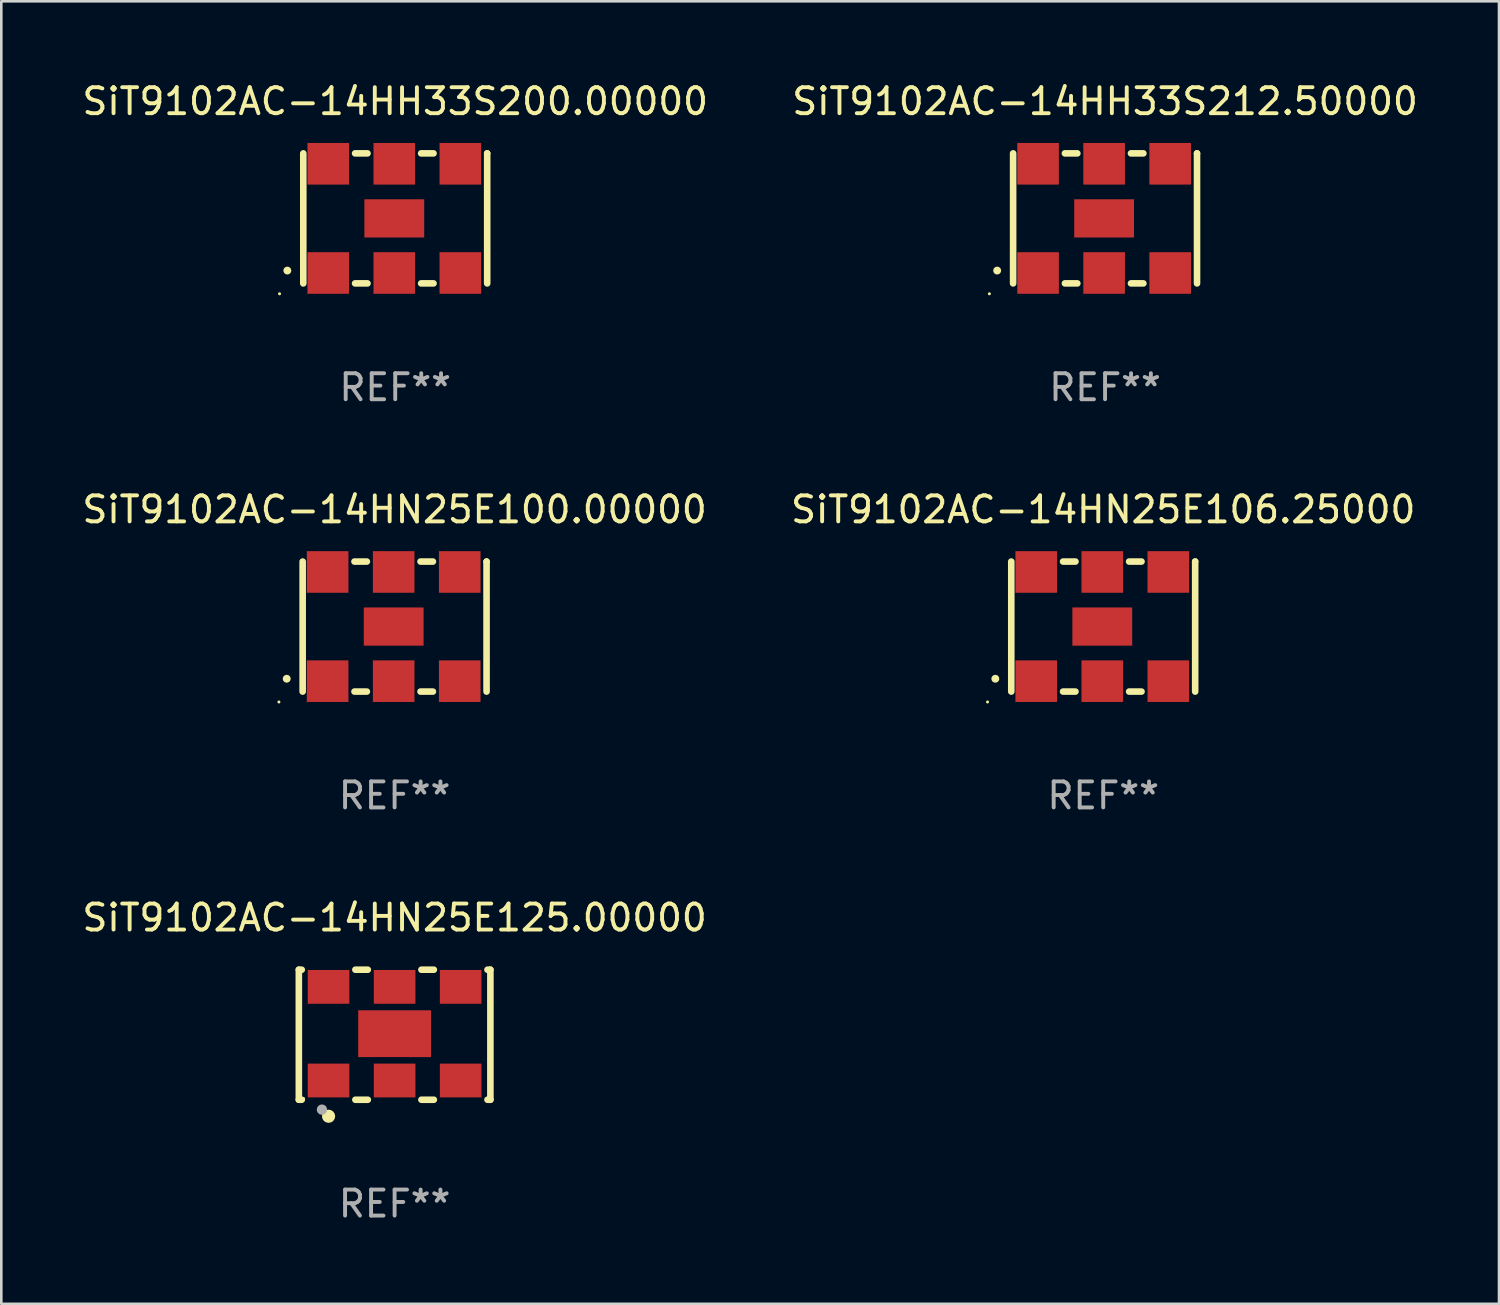
<source format=kicad_pcb>
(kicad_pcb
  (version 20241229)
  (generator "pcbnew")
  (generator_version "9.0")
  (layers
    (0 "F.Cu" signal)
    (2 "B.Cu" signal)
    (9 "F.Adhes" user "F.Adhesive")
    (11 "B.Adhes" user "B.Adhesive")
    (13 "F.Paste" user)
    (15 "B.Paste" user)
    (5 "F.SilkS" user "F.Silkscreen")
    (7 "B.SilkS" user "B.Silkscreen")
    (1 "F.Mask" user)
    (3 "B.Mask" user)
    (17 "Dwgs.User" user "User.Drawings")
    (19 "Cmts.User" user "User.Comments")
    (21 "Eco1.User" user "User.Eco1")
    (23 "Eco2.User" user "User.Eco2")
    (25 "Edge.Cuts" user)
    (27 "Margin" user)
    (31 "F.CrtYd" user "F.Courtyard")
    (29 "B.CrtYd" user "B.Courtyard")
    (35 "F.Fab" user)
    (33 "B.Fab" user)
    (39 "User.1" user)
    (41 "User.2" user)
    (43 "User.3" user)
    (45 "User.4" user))
  (footprint "SiT9102AC-14HN25E106.25000"
    (layer "F.Cu")
    (at 39.375 21.045)
    (property "Reference" "SiT9102AC-14HN25E106.25000" (at 0 -4.5 0) (layer "F.SilkS") (effects (font (size 1 1) (thickness 0.15))))
    (attr through_hole)
    (fp_line (start -3.536 -2.5) (end -3.536 2.5) (stroke (width 0.254) (type solid)) (layer "F.SilkS"))
    (fp_line (start -1.544 2.5) (end -1.067 2.5) (stroke (width 0.254) (type solid)) (layer "F.SilkS"))
    (fp_line (start -1.067 -2.5) (end -1.544 -2.5) (stroke (width 0.254) (type solid)) (layer "F.SilkS"))
    (fp_line (start 0.996 2.5) (end 1.473 2.5) (stroke (width 0.254) (type solid)) (layer "F.SilkS"))
    (fp_line (start 1.473 -2.5) (end 0.996 -2.5) (stroke (width 0.254) (type solid)) (layer "F.SilkS"))
    (fp_line (start 3.536 -2.5) (end 3.536 -2.5) (stroke (width 0.254) (type solid)) (layer "F.SilkS"))
    (fp_line (start 3.536 2.5) (end 3.536 -2.5) (stroke (width 0.254) (type solid)) (layer "F.SilkS"))
    (fp_arc (start -4.150432 2.006604) (mid -4.149162 2.006599) (end -4.147892 2.006604) (stroke (width 0.3) (type solid)) (layer "F.SilkS"))
    (fp_circle (center -4.449 2.9) (end -4.419 2.9) (stroke (width 0.06) (type solid)) (fill no) (layer "F.SilkS"))
    (fp_text user "REF**" (at 0 6.5 0) (layer "F.Fab") (effects (font (size 1 1) (thickness 0.15))))
    (pad "1" smd rect (at -2.576 2.1) (size 1.6 1.6) (layers "F.Cu" "F.Mask" "F.Paste"))
    (pad "2" smd rect (at -0.036 2.1) (size 1.6 1.6) (layers "F.Cu" "F.Mask" "F.Paste"))
    (pad "3" smd rect (at 2.504 2.1) (size 1.6 1.6) (layers "F.Cu" "F.Mask" "F.Paste"))
    (pad "4" smd rect (at 2.504 -2.1) (size 1.6 1.6) (layers "F.Cu" "F.Mask" "F.Paste"))
    (pad "5" smd rect (at -0.036 -2.1) (size 1.6 1.6) (layers "F.Cu" "F.Mask" "F.Paste"))
    (pad "6" smd rect (at -2.576 -2.1) (size 1.6 1.6) (layers "F.Cu" "F.Mask" "F.Paste"))
    (pad "7" smd rect (at -0.036 0) (size 2.3 1.47) (layers "F.Cu" "F.Mask" "F.Paste")))
  (footprint "SiT9102AC-14HN25E125.00000"
    (layer "F.Cu")
    (at 12.125 36.741)
    (property "Reference" "SiT9102AC-14HN25E125.00000" (at 0 -4.5 0) (layer "F.SilkS") (effects (font (size 1 1) (thickness 0.15))))
    (attr through_hole)
    (fp_line (start -3.683 -2.5) (end -3.571 -2.5) (stroke (width 0.254) (type solid)) (layer "F.SilkS"))
    (fp_line (start -3.683 2.5) (end -3.683 -2.5) (stroke (width 0.254) (type solid)) (layer "F.SilkS"))
    (fp_line (start -3.683 2.5) (end -3.571 2.5) (stroke (width 0.254) (type solid)) (layer "F.SilkS"))
    (fp_line (start -1.509 -2.5) (end -1.031 -2.5) (stroke (width 0.254) (type solid)) (layer "F.SilkS"))
    (fp_line (start -1.509 2.5) (end -1.031 2.5) (stroke (width 0.254) (type solid)) (layer "F.SilkS"))
    (fp_line (start 1.031 -2.5) (end 1.509 -2.5) (stroke (width 0.254) (type solid)) (layer "F.SilkS"))
    (fp_line (start 1.031 2.5) (end 1.509 2.5) (stroke (width 0.254) (type solid)) (layer "F.SilkS"))
    (fp_line (start 3.571 -2.5) (end 3.683 -2.5) (stroke (width 0.254) (type solid)) (layer "F.SilkS"))
    (fp_line (start 3.571 2.5) (end 3.683 2.5) (stroke (width 0.254) (type solid)) (layer "F.SilkS"))
    (fp_line (start 3.683 2.5) (end 3.683 -2.5) (stroke (width 0.254) (type solid)) (layer "F.SilkS"))
    (fp_circle (center -3.5 2.46) (end -3.47 2.46) (stroke (width 0.06) (type solid)) (fill no) (layer "F.SilkS"))
    (fp_circle (center -2.54 3.135) (end -2.413 3.135) (stroke (width 0.254) (type solid)) (fill no) (layer "F.SilkS"))
    (fp_circle (center -2.794 2.881) (end -2.694 2.881) (stroke (width 0.2) (type solid)) (fill no) (layer "F.Fab"))
    (fp_text user "REF**" (at 0 6.5 0) (layer "F.Fab") (effects (font (size 1 1) (thickness 0.15))))
    (pad "1" smd rect (at -2.54 1.76) (size 1.6 1.3) (layers "F.Cu" "F.Mask" "F.Paste"))
    (pad "2" smd rect (at 0 1.76) (size 1.6 1.3) (layers "F.Cu" "F.Mask" "F.Paste"))
    (pad "3" smd rect (at 2.54 1.76) (size 1.6 1.3) (layers "F.Cu" "F.Mask" "F.Paste"))
    (pad "4" smd rect (at 2.54 -1.84) (size 1.6 1.3) (layers "F.Cu" "F.Mask" "F.Paste"))
    (pad "5" smd rect (at 0 -1.84) (size 1.6 1.3) (layers "F.Cu" "F.Mask" "F.Paste"))
    (pad "6" smd rect (at -2.54 -1.84) (size 1.6 1.3) (layers "F.Cu" "F.Mask" "F.Paste"))
    (pad "7" smd rect (at 0 -0.04) (size 2.8 1.8) (layers "F.Cu" "F.Mask" "F.Paste")))
  (footprint "SiT9102AC-14HN25E100.00000"
    (layer "F.Cu")
    (at 12.125 21.045)
    (property "Reference" "SiT9102AC-14HN25E100.00000" (at 0 -4.5 0) (layer "F.SilkS") (effects (font (size 1 1) (thickness 0.15))))
    (attr through_hole)
    (fp_line (start -3.536 -2.5) (end -3.536 2.5) (stroke (width 0.254) (type solid)) (layer "F.SilkS"))
    (fp_line (start -1.544 2.5) (end -1.067 2.5) (stroke (width 0.254) (type solid)) (layer "F.SilkS"))
    (fp_line (start -1.067 -2.5) (end -1.544 -2.5) (stroke (width 0.254) (type solid)) (layer "F.SilkS"))
    (fp_line (start 0.996 2.5) (end 1.473 2.5) (stroke (width 0.254) (type solid)) (layer "F.SilkS"))
    (fp_line (start 1.473 -2.5) (end 0.996 -2.5) (stroke (width 0.254) (type solid)) (layer "F.SilkS"))
    (fp_line (start 3.536 -2.5) (end 3.536 -2.5) (stroke (width 0.254) (type solid)) (layer "F.SilkS"))
    (fp_line (start 3.536 2.5) (end 3.536 -2.5) (stroke (width 0.254) (type solid)) (layer "F.SilkS"))
    (fp_arc (start -4.150432 2.006604) (mid -4.149162 2.006599) (end -4.147892 2.006604) (stroke (width 0.3) (type solid)) (layer "F.SilkS"))
    (fp_circle (center -4.449 2.9) (end -4.419 2.9) (stroke (width 0.06) (type solid)) (fill no) (layer "F.SilkS"))
    (fp_text user "REF**" (at 0 6.5 0) (layer "F.Fab") (effects (font (size 1 1) (thickness 0.15))))
    (pad "1" smd rect (at -2.576 2.1) (size 1.6 1.6) (layers "F.Cu" "F.Mask" "F.Paste"))
    (pad "2" smd rect (at -0.036 2.1) (size 1.6 1.6) (layers "F.Cu" "F.Mask" "F.Paste"))
    (pad "3" smd rect (at 2.504 2.1) (size 1.6 1.6) (layers "F.Cu" "F.Mask" "F.Paste"))
    (pad "4" smd rect (at 2.504 -2.1) (size 1.6 1.6) (layers "F.Cu" "F.Mask" "F.Paste"))
    (pad "5" smd rect (at -0.036 -2.1) (size 1.6 1.6) (layers "F.Cu" "F.Mask" "F.Paste"))
    (pad "6" smd rect (at -2.576 -2.1) (size 1.6 1.6) (layers "F.Cu" "F.Mask" "F.Paste"))
    (pad "7" smd rect (at -0.036 0) (size 2.3 1.47) (layers "F.Cu" "F.Mask" "F.Paste")))
  (footprint "SiT9102AC-14HH33S212.50000"
    (layer "F.Cu")
    (at 39.446 5.348)
    (property "Reference" "SiT9102AC-14HH33S212.50000" (at 0 -4.5 0) (layer "F.SilkS") (effects (font (size 1 1) (thickness 0.15))))
    (attr through_hole)
    (fp_line (start -3.536 -2.5) (end -3.536 2.5) (stroke (width 0.254) (type solid)) (layer "F.SilkS"))
    (fp_line (start -1.544 2.5) (end -1.067 2.5) (stroke (width 0.254) (type solid)) (layer "F.SilkS"))
    (fp_line (start -1.067 -2.5) (end -1.544 -2.5) (stroke (width 0.254) (type solid)) (layer "F.SilkS"))
    (fp_line (start 0.996 2.5) (end 1.473 2.5) (stroke (width 0.254) (type solid)) (layer "F.SilkS"))
    (fp_line (start 1.473 -2.5) (end 0.996 -2.5) (stroke (width 0.254) (type solid)) (layer "F.SilkS"))
    (fp_line (start 3.536 -2.5) (end 3.536 -2.5) (stroke (width 0.254) (type solid)) (layer "F.SilkS"))
    (fp_line (start 3.536 2.5) (end 3.536 -2.5) (stroke (width 0.254) (type solid)) (layer "F.SilkS"))
    (fp_arc (start -4.150432 2.006604) (mid -4.149162 2.006599) (end -4.147892 2.006604) (stroke (width 0.3) (type solid)) (layer "F.SilkS"))
    (fp_circle (center -4.449 2.9) (end -4.419 2.9) (stroke (width 0.06) (type solid)) (fill no) (layer "F.SilkS"))
    (fp_text user "REF**" (at 0 6.5 0) (layer "F.Fab") (effects (font (size 1 1) (thickness 0.15))))
    (pad "1" smd rect (at -2.576 2.1) (size 1.6 1.6) (layers "F.Cu" "F.Mask" "F.Paste"))
    (pad "2" smd rect (at -0.036 2.1) (size 1.6 1.6) (layers "F.Cu" "F.Mask" "F.Paste"))
    (pad "3" smd rect (at 2.504 2.1) (size 1.6 1.6) (layers "F.Cu" "F.Mask" "F.Paste"))
    (pad "4" smd rect (at 2.504 -2.1) (size 1.6 1.6) (layers "F.Cu" "F.Mask" "F.Paste"))
    (pad "5" smd rect (at -0.036 -2.1) (size 1.6 1.6) (layers "F.Cu" "F.Mask" "F.Paste"))
    (pad "6" smd rect (at -2.576 -2.1) (size 1.6 1.6) (layers "F.Cu" "F.Mask" "F.Paste"))
    (pad "7" smd rect (at -0.036 0) (size 2.3 1.47) (layers "F.Cu" "F.Mask" "F.Paste")))
  (footprint "SiT9102AC-14HH33S200.00000"
    (layer "F.Cu")
    (at 12.149 5.348)
    (property "Reference" "SiT9102AC-14HH33S200.00000" (at 0 -4.5 0) (layer "F.SilkS") (effects (font (size 1 1) (thickness 0.15))))
    (attr through_hole)
    (fp_line (start -3.536 -2.5) (end -3.536 2.5) (stroke (width 0.254) (type solid)) (layer "F.SilkS"))
    (fp_line (start -1.544 2.5) (end -1.067 2.5) (stroke (width 0.254) (type solid)) (layer "F.SilkS"))
    (fp_line (start -1.067 -2.5) (end -1.544 -2.5) (stroke (width 0.254) (type solid)) (layer "F.SilkS"))
    (fp_line (start 0.996 2.5) (end 1.473 2.5) (stroke (width 0.254) (type solid)) (layer "F.SilkS"))
    (fp_line (start 1.473 -2.5) (end 0.996 -2.5) (stroke (width 0.254) (type solid)) (layer "F.SilkS"))
    (fp_line (start 3.536 -2.5) (end 3.536 -2.5) (stroke (width 0.254) (type solid)) (layer "F.SilkS"))
    (fp_line (start 3.536 2.5) (end 3.536 -2.5) (stroke (width 0.254) (type solid)) (layer "F.SilkS"))
    (fp_arc (start -4.150432 2.006604) (mid -4.149162 2.006599) (end -4.147892 2.006604) (stroke (width 0.3) (type solid)) (layer "F.SilkS"))
    (fp_circle (center -4.449 2.9) (end -4.419 2.9) (stroke (width 0.06) (type solid)) (fill no) (layer "F.SilkS"))
    (fp_text user "REF**" (at 0 6.5 0) (layer "F.Fab") (effects (font (size 1 1) (thickness 0.15))))
    (pad "1" smd rect (at -2.576 2.1) (size 1.6 1.6) (layers "F.Cu" "F.Mask" "F.Paste"))
    (pad "2" smd rect (at -0.036 2.1) (size 1.6 1.6) (layers "F.Cu" "F.Mask" "F.Paste"))
    (pad "3" smd rect (at 2.504 2.1) (size 1.6 1.6) (layers "F.Cu" "F.Mask" "F.Paste"))
    (pad "4" smd rect (at 2.504 -2.1) (size 1.6 1.6) (layers "F.Cu" "F.Mask" "F.Paste"))
    (pad "5" smd rect (at -0.036 -2.1) (size 1.6 1.6) (layers "F.Cu" "F.Mask" "F.Paste"))
    (pad "6" smd rect (at -2.576 -2.1) (size 1.6 1.6) (layers "F.Cu" "F.Mask" "F.Paste"))
    (pad "7" smd rect (at -0.036 0) (size 2.3 1.47) (layers "F.Cu" "F.Mask" "F.Paste")))
  (gr_rect
    (start -3 -3)
    (end 54.595 47.09)
    (stroke (width 0.1) (type default))
    (fill no)
    (layer "Edge.Cuts")))
</source>
